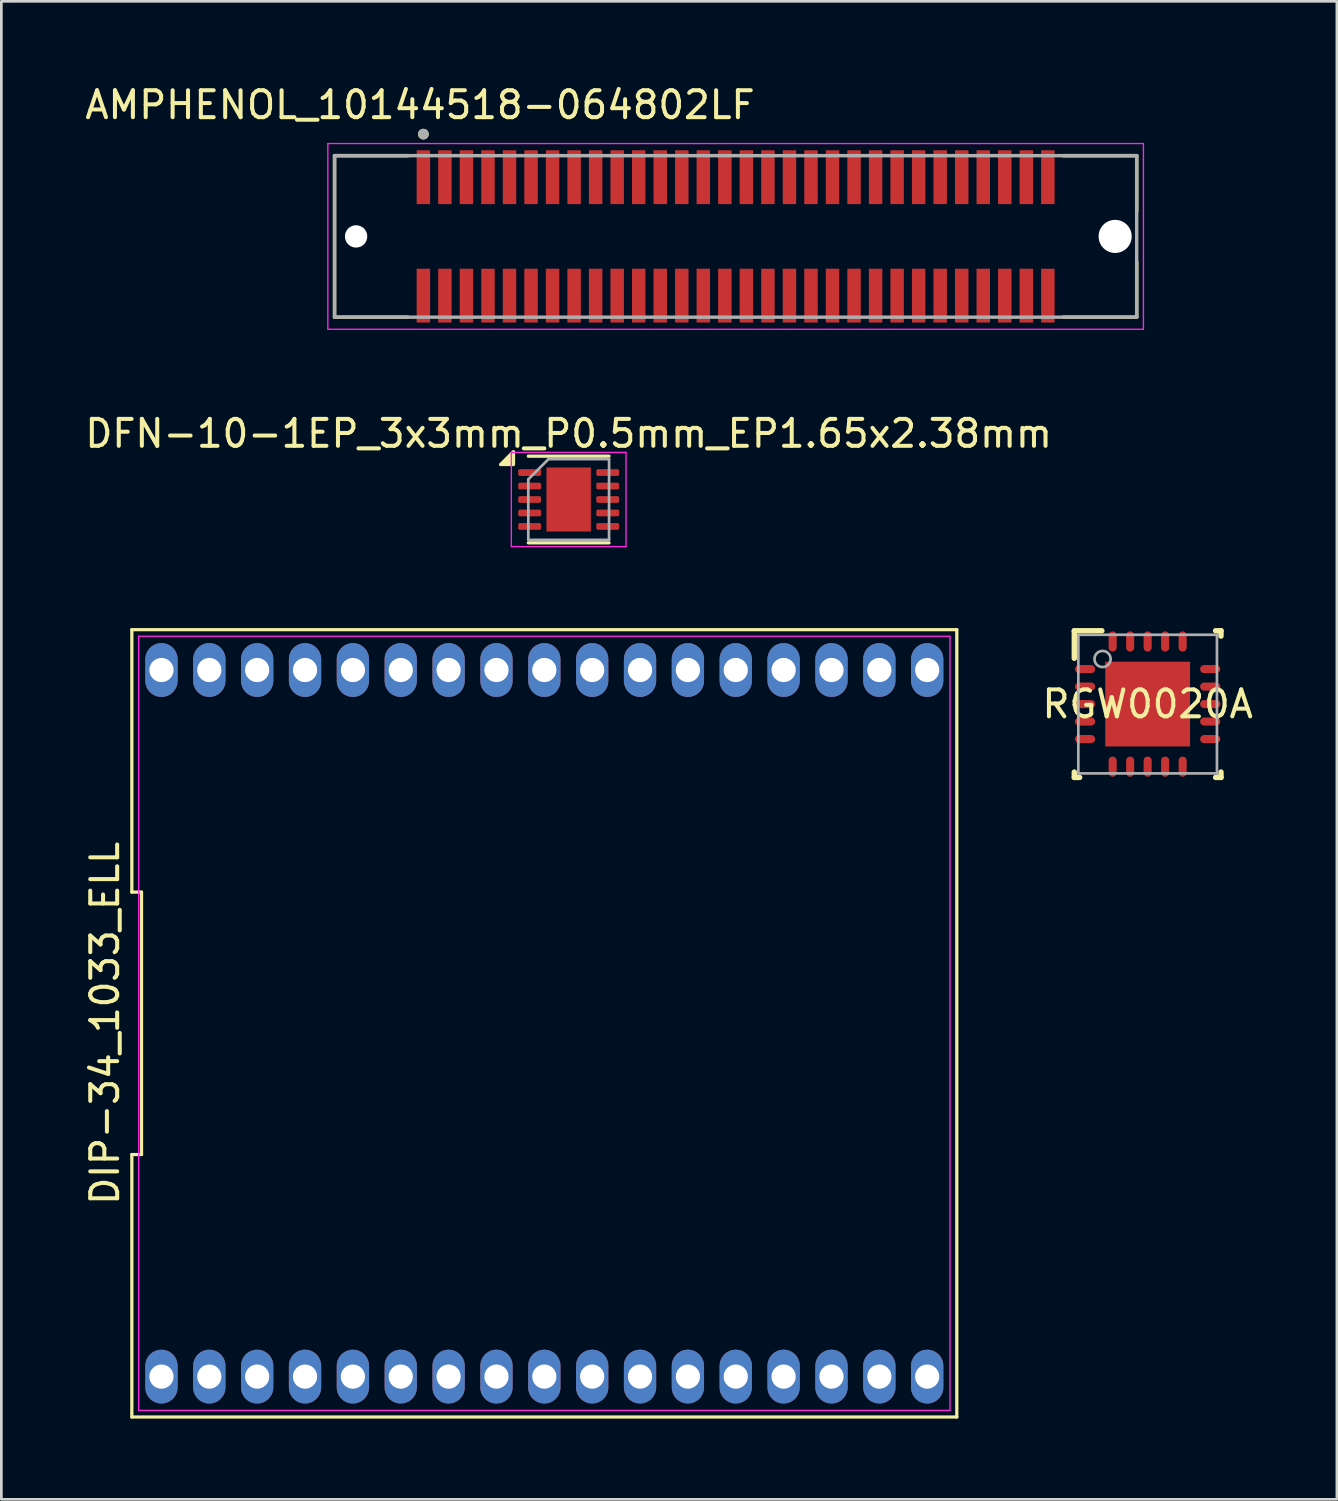
<source format=kicad_pcb>
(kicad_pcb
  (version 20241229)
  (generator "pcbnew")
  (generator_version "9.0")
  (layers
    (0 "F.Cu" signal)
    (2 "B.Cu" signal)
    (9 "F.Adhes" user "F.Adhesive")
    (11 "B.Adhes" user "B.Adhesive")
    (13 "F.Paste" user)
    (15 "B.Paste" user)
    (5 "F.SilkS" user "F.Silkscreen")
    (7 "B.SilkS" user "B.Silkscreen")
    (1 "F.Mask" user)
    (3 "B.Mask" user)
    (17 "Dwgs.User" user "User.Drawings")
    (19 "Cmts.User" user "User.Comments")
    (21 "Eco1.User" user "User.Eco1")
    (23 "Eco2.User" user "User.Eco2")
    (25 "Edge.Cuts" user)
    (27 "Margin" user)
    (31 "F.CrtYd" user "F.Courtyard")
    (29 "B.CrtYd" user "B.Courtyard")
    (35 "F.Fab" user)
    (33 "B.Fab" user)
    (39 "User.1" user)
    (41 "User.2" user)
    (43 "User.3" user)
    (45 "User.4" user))
  (footprint "RGW0020A"
    (layer "F.Cu")
    (at 39.586 23.107)
    (property "Reference" "RGW0020A" (at 0 0 0) (unlocked yes) (layer "F.SilkS") (effects (font (size 1 1) (thickness 0.15))))
    (attr smd)
    (fp_line (start -2.725 -2.725) (end -1.7 -2.725) (stroke (width 0.2) (type solid)) (layer "F.SilkS"))
    (fp_line (start -2.725 -1.7) (end -2.725 -2.725) (stroke (width 0.2) (type solid)) (layer "F.SilkS"))
    (fp_line (start -2.725 2.725) (end -2.725 2.525) (stroke (width 0.2) (type solid)) (layer "F.SilkS"))
    (fp_line (start -2.725 2.725) (end -2.525 2.725) (stroke (width 0.2) (type solid)) (layer "F.SilkS"))
    (fp_line (start 2.525 -2.725) (end 2.725 -2.725) (stroke (width 0.2) (type solid)) (layer "F.SilkS"))
    (fp_line (start 2.525 2.725) (end 2.725 2.725) (stroke (width 0.2) (type solid)) (layer "F.SilkS"))
    (fp_line (start 2.725 -2.525) (end 2.725 -2.725) (stroke (width 0.2) (type solid)) (layer "F.SilkS"))
    (fp_line (start 2.725 2.725) (end 2.725 2.525) (stroke (width 0.2) (type solid)) (layer "F.SilkS"))
    (fp_poly (pts (xy -0.1 -1.468) (xy -1.468 -1.468) (xy -1.468 -0.1) (xy -0.1 -0.1)) (stroke (width 0) (type solid)) (fill yes) (layer "F.Paste"))
    (fp_poly (pts (xy -0.1 0.1) (xy -1.468 0.1) (xy -1.468 1.468) (xy -0.1 1.468)) (stroke (width 0) (type solid)) (fill yes) (layer "F.Paste"))
    (fp_poly (pts (xy 0.1 -0.1) (xy 1.468 -0.1) (xy 1.468 -1.468) (xy 0.1 -1.468)) (stroke (width 0) (type solid)) (fill yes) (layer "F.Paste"))
    (fp_poly (pts (xy 0.1 1.468) (xy 1.468 1.468) (xy 1.468 0.1) (xy 0.1 0.1)) (stroke (width 0) (type solid)) (fill yes) (layer "F.Paste"))
    (fp_line (start -2.575 -2.575) (end 2.575 -2.575) (stroke (width 0.1) (type solid)) (layer "F.Fab"))
    (fp_line (start -2.575 2.575) (end -2.575 -2.575) (stroke (width 0.1) (type solid)) (layer "F.Fab"))
    (fp_line (start -2.575 2.575) (end 2.575 2.575) (stroke (width 0.1) (type solid)) (layer "F.Fab"))
    (fp_line (start 2.575 2.575) (end 2.575 -2.575) (stroke (width 0.1) (type solid)) (layer "F.Fab"))
    (fp_circle (center -1.675 -1.675) (end -1.375 -1.675) (stroke (width 0.1) (type solid)) (fill no) (layer "F.Fab"))
    (pad "1" smd oval (at -2.325 -1.3 90) (size 0.3 0.75) (layers "F.Cu" "F.Mask" "F.Paste"))
    (pad "2" smd oval (at -2.325 -0.65 90) (size 0.3 0.75) (layers "F.Cu" "F.Mask" "F.Paste"))
    (pad "3" smd oval (at -2.325 0 90) (size 0.3 0.75) (layers "F.Cu" "F.Mask" "F.Paste"))
    (pad "4" smd oval (at -2.325 0.65 90) (size 0.3 0.75) (layers "F.Cu" "F.Mask" "F.Paste"))
    (pad "5" smd oval (at -2.325 1.3 90) (size 0.3 0.75) (layers "F.Cu" "F.Mask" "F.Paste"))
    (pad "6" smd oval (at -1.3 2.325) (size 0.3 0.75) (layers "F.Cu" "F.Mask" "F.Paste"))
    (pad "7" smd oval (at -0.65 2.325) (size 0.3 0.75) (layers "F.Cu" "F.Mask" "F.Paste"))
    (pad "8" smd oval (at 0 2.325) (size 0.3 0.75) (layers "F.Cu" "F.Mask" "F.Paste"))
    (pad "9" smd oval (at 0.65 2.325) (size 0.3 0.75) (layers "F.Cu" "F.Mask" "F.Paste"))
    (pad "10" smd oval (at 1.3 2.325) (size 0.3 0.75) (layers "F.Cu" "F.Mask" "F.Paste"))
    (pad "11" smd oval (at 2.325 1.3 90) (size 0.3 0.75) (layers "F.Cu" "F.Mask" "F.Paste"))
    (pad "12" smd oval (at 2.325 0.65 90) (size 0.3 0.75) (layers "F.Cu" "F.Mask" "F.Paste"))
    (pad "13" smd oval (at 2.325 0 90) (size 0.3 0.75) (layers "F.Cu" "F.Mask" "F.Paste"))
    (pad "14" smd oval (at 2.325 -0.65 90) (size 0.3 0.75) (layers "F.Cu" "F.Mask" "F.Paste"))
    (pad "15" smd oval (at 2.325 -1.3 90) (size 0.3 0.75) (layers "F.Cu" "F.Mask" "F.Paste"))
    (pad "16" smd oval (at 1.3 -2.325) (size 0.3 0.75) (layers "F.Cu" "F.Mask" "F.Paste"))
    (pad "17" smd oval (at 0.65 -2.325) (size 0.3 0.75) (layers "F.Cu" "F.Mask" "F.Paste"))
    (pad "18" smd oval (at 0 -2.325) (size 0.3 0.75) (layers "F.Cu" "F.Mask" "F.Paste"))
    (pad "19" smd oval (at -0.65 -2.325) (size 0.3 0.75) (layers "F.Cu" "F.Mask" "F.Paste"))
    (pad "20" smd oval (at -1.3 -2.325) (size 0.3 0.75) (layers "F.Cu" "F.Mask" "F.Paste"))
    (pad "21" smd rect (at 0 0) (size 3.15 3.15) (layers "F.Cu" "F.Mask")))
  (footprint "DFN-10-1EP_3x3mm_P0.5mm_EP1.65x2.38mm"
    (layer "F.Cu")
    (at 18.077 15.507)
    (property "Reference" "DFN-10-1EP_3x3mm_P0.5mm_EP1.65x2.38mm" (at 0 -2.45 180) (layer "F.SilkS") (effects (font (size 1 1) (thickness 0.15))))
    (attr smd)
    (fp_line (start -1.5 -1.61) (end 1.5 -1.61) (stroke (width 0.12) (type solid)) (layer "F.SilkS"))
    (fp_line (start -1.5 1.61) (end 1.5 1.61) (stroke (width 0.12) (type solid)) (layer "F.SilkS"))
    (fp_poly (pts (xy -2.05 -1.3) (xy -2.53 -1.3) (xy -2.05 -1.78) (xy -2.05 -1.3)) (stroke (width 0.12) (type solid)) (fill yes) (layer "F.SilkS"))
    (fp_line (start -2.13 -1.75) (end -2.13 1.75) (stroke (width 0.05) (type solid)) (layer "F.CrtYd"))
    (fp_line (start -2.13 1.75) (end 2.13 1.75) (stroke (width 0.05) (type solid)) (layer "F.CrtYd"))
    (fp_line (start 2.13 -1.75) (end -2.13 -1.75) (stroke (width 0.05) (type solid)) (layer "F.CrtYd"))
    (fp_line (start 2.13 1.75) (end 2.13 -1.75) (stroke (width 0.05) (type solid)) (layer "F.CrtYd"))
    (fp_line (start -1.5 -0.75) (end -0.75 -1.5) (stroke (width 0.1) (type solid)) (layer "F.Fab"))
    (fp_line (start -1.5 1.5) (end -1.5 -0.75) (stroke (width 0.1) (type solid)) (layer "F.Fab"))
    (fp_line (start -0.75 -1.5) (end 1.5 -1.5) (stroke (width 0.1) (type solid)) (layer "F.Fab"))
    (fp_line (start 1.5 -1.5) (end 1.5 1.5) (stroke (width 0.1) (type solid)) (layer "F.Fab"))
    (fp_line (start 1.5 1.5) (end -1.5 1.5) (stroke (width 0.1) (type solid)) (layer "F.Fab"))
    (pad "" smd roundrect (at -0.41 -0.595) (size 0.67 0.96) (layers "F.Paste") (roundrect_rratio 0.25))
    (pad "" smd roundrect (at -0.41 0.595) (size 0.67 0.96) (layers "F.Paste") (roundrect_rratio 0.25))
    (pad "" smd roundrect (at 0.41 -0.595) (size 0.67 0.96) (layers "F.Paste") (roundrect_rratio 0.25))
    (pad "" smd roundrect (at 0.41 0.595) (size 0.67 0.96) (layers "F.Paste") (roundrect_rratio 0.25))
    (pad "1" smd roundrect (at -1.45 -1) (size 0.85 0.25) (layers "F.Cu" "F.Mask" "F.Paste") (roundrect_rratio 0.25))
    (pad "2" smd roundrect (at -1.45 -0.5) (size 0.85 0.25) (layers "F.Cu" "F.Mask" "F.Paste") (roundrect_rratio 0.25))
    (pad "3" smd roundrect (at -1.45 0) (size 0.85 0.25) (layers "F.Cu" "F.Mask" "F.Paste") (roundrect_rratio 0.25))
    (pad "4" smd roundrect (at -1.45 0.5) (size 0.85 0.25) (layers "F.Cu" "F.Mask" "F.Paste") (roundrect_rratio 0.25))
    (pad "5" smd roundrect (at -1.45 1) (size 0.85 0.25) (layers "F.Cu" "F.Mask" "F.Paste") (roundrect_rratio 0.25))
    (pad "6" smd roundrect (at 1.45 1) (size 0.85 0.25) (layers "F.Cu" "F.Mask" "F.Paste") (roundrect_rratio 0.25))
    (pad "7" smd roundrect (at 1.45 0.5) (size 0.85 0.25) (layers "F.Cu" "F.Mask" "F.Paste") (roundrect_rratio 0.25))
    (pad "8" smd roundrect (at 1.45 0) (size 0.85 0.25) (layers "F.Cu" "F.Mask" "F.Paste") (roundrect_rratio 0.25))
    (pad "9" smd roundrect (at 1.45 -0.5) (size 0.85 0.25) (layers "F.Cu" "F.Mask" "F.Paste") (roundrect_rratio 0.25))
    (pad "10" smd roundrect (at 1.45 -1) (size 0.85 0.25) (layers "F.Cu" "F.Mask" "F.Paste") (roundrect_rratio 0.25))
    (pad "11" smd rect (at 0 0) (size 1.65 2.38) (property pad_prop_heatsink) (layers "F.Cu" "F.Mask")))
  (footprint "DIP-34_1033_ELL"
    (layer "F.Cu")
    (at 17.172 34.967)
    (property "Reference" "DIP-34_1033_ELL" (at -16.324 0 90) (layer "F.SilkS") (effects (font (size 1 1) (thickness 0.15))))
    (attr through_hole)
    (fp_line (start -15.324 -14.625) (end -15.324 -4.875) (stroke (width 0.12) (type default)) (layer "F.SilkS"))
    (fp_line (start -15.324 -4.875) (end -14.964 -4.875) (stroke (width 0.12) (type default)) (layer "F.SilkS"))
    (fp_line (start -15.324 4.875) (end -15.324 14.625) (stroke (width 0.12) (type default)) (layer "F.SilkS"))
    (fp_line (start -15.324 14.625) (end 15.324 14.625) (stroke (width 0.12) (type default)) (layer "F.SilkS"))
    (fp_line (start -14.964 -4.875) (end -14.964 4.875) (stroke (width 0.12) (type default)) (layer "F.SilkS"))
    (fp_line (start -14.964 4.875) (end -15.324 4.875) (stroke (width 0.12) (type default)) (layer "F.SilkS"))
    (fp_line (start 15.324 -14.625) (end -15.324 -14.625) (stroke (width 0.12) (type default)) (layer "F.SilkS"))
    (fp_line (start 15.324 14.625) (end 15.324 -14.625) (stroke (width 0.12) (type default)) (layer "F.SilkS"))
    (fp_line (start -15.07 -14.38) (end 15.07 -14.38) (stroke (width 0.05) (type default)) (layer "F.CrtYd"))
    (fp_line (start -15.07 14.38) (end -15.07 -14.38) (stroke (width 0.05) (type default)) (layer "F.CrtYd"))
    (fp_line (start 15.07 -14.38) (end 15.07 14.38) (stroke (width 0.05) (type default)) (layer "F.CrtYd"))
    (fp_line (start 15.07 14.38) (end -15.07 14.38) (stroke (width 0.05) (type default)) (layer "F.CrtYd"))
    (pad "1" thru_hole oval (at -14.224 13.125 180) (size 1.2 2) (drill 0.9) (layers "*.Cu" "*.Mask"))
    (pad "2" thru_hole oval (at -12.446 13.125 180) (size 1.2 2) (drill 0.9) (layers "*.Cu" "*.Mask"))
    (pad "3" thru_hole oval (at -10.668 13.125 180) (size 1.2 2) (drill 0.9) (layers "*.Cu" "*.Mask"))
    (pad "4" thru_hole oval (at -8.89 13.125 180) (size 1.2 2) (drill 0.9) (layers "*.Cu" "*.Mask"))
    (pad "5" thru_hole oval (at -7.112 13.125 180) (size 1.2 2) (drill 0.9) (layers "*.Cu" "*.Mask"))
    (pad "6" thru_hole oval (at -5.334 13.125 180) (size 1.2 2) (drill 0.9) (layers "*.Cu" "*.Mask"))
    (pad "7" thru_hole oval (at -3.556 13.125 180) (size 1.2 2) (drill 0.9) (layers "*.Cu" "*.Mask"))
    (pad "8" thru_hole oval (at -1.778 13.125 180) (size 1.2 2) (drill 0.9) (layers "*.Cu" "*.Mask"))
    (pad "9" thru_hole oval (at 0 13.125 180) (size 1.2 2) (drill 0.9) (layers "*.Cu" "*.Mask"))
    (pad "10" thru_hole oval (at 1.778 13.125 180) (size 1.2 2) (drill 0.9) (layers "*.Cu" "*.Mask"))
    (pad "11" thru_hole oval (at 3.556 13.125 180) (size 1.2 2) (drill 0.9) (layers "*.Cu" "*.Mask"))
    (pad "12" thru_hole oval (at 5.334 13.125 180) (size 1.2 2) (drill 0.9) (layers "*.Cu" "*.Mask"))
    (pad "13" thru_hole oval (at 7.112 13.125 180) (size 1.2 2) (drill 0.9) (layers "*.Cu" "*.Mask"))
    (pad "14" thru_hole oval (at 8.89 13.125 180) (size 1.2 2) (drill 0.9) (layers "*.Cu" "*.Mask"))
    (pad "15" thru_hole oval (at 10.668 13.125 180) (size 1.2 2) (drill 0.9) (layers "*.Cu" "*.Mask"))
    (pad "16" thru_hole oval (at 12.446 13.125 180) (size 1.2 2) (drill 0.9) (layers "*.Cu" "*.Mask"))
    (pad "17" thru_hole oval (at 14.224 13.125 180) (size 1.2 2) (drill 0.9) (layers "*.Cu" "*.Mask"))
    (pad "18" thru_hole oval (at 14.224 -13.125 180) (size 1.2 2) (drill 0.9) (layers "*.Cu" "*.Mask"))
    (pad "19" thru_hole oval (at 12.446 -13.125 180) (size 1.2 2) (drill 0.9) (layers "*.Cu" "*.Mask"))
    (pad "20" thru_hole oval (at 10.668 -13.125 180) (size 1.2 2) (drill 0.9) (layers "*.Cu" "*.Mask"))
    (pad "21" thru_hole oval (at 8.89 -13.125 180) (size 1.2 2) (drill 0.9) (layers "*.Cu" "*.Mask"))
    (pad "22" thru_hole oval (at 7.112 -13.125 180) (size 1.2 2) (drill 0.9) (layers "*.Cu" "*.Mask"))
    (pad "23" thru_hole oval (at 5.334 -13.125 180) (size 1.2 2) (drill 0.9) (layers "*.Cu" "*.Mask"))
    (pad "24" thru_hole oval (at 3.556 -13.125 180) (size 1.2 2) (drill 0.9) (layers "*.Cu" "*.Mask"))
    (pad "25" thru_hole oval (at 1.778 -13.125 180) (size 1.2 2) (drill 0.9) (layers "*.Cu" "*.Mask"))
    (pad "26" thru_hole oval (at 0 -13.125 180) (size 1.2 2) (drill 0.9) (layers "*.Cu" "*.Mask"))
    (pad "27" thru_hole oval (at -1.778 -13.125 180) (size 1.2 2) (drill 0.9) (layers "*.Cu" "*.Mask"))
    (pad "28" thru_hole oval (at -3.556 -13.125 180) (size 1.2 2) (drill 0.9) (layers "*.Cu" "*.Mask"))
    (pad "29" thru_hole oval (at -5.334 -13.125 180) (size 1.2 2) (drill 0.9) (layers "*.Cu" "*.Mask"))
    (pad "30" thru_hole oval (at -7.112 -13.125 180) (size 1.2 2) (drill 0.9) (layers "*.Cu" "*.Mask"))
    (pad "31" thru_hole oval (at -8.89 -13.125 180) (size 1.2 2) (drill 0.9) (layers "*.Cu" "*.Mask"))
    (pad "32" thru_hole oval (at -10.668 -13.125 180) (size 1.2 2) (drill 0.9) (layers "*.Cu" "*.Mask"))
    (pad "33" thru_hole oval (at -12.446 -13.125 180) (size 1.2 2) (drill 0.9) (layers "*.Cu" "*.Mask"))
    (pad "34" thru_hole oval (at -14.224 -13.125 180) (size 1.2 2) (drill 0.9) (layers "*.Cu" "*.Mask")))
  (footprint "AMPHENOL_10144518-064802LF"
    (layer "F.Cu")
    (at 24.279 5.733)
    (property "Reference" "AMPHENOL_10144518-064802LF" (at -11.725 -4.885 180) (layer "F.SilkS") (effects (font (size 1 1) (thickness 0.15))))
    (attr smd)
    (fp_line (start -14.9 -3) (end -12.17 -3) (stroke (width 0.127) (type solid)) (layer "F.SilkS"))
    (fp_line (start -14.9 3) (end -14.9 -3) (stroke (width 0.127) (type solid)) (layer "F.SilkS"))
    (fp_line (start -14.9 3) (end -12.17 3) (stroke (width 0.127) (type solid)) (layer "F.SilkS"))
    (fp_line (start 12.17 -3) (end 14.9 -3) (stroke (width 0.127) (type solid)) (layer "F.SilkS"))
    (fp_line (start 12.17 3) (end 14.9 3) (stroke (width 0.127) (type solid)) (layer "F.SilkS"))
    (fp_line (start 14.9 -3) (end 14.9 -0.935) (stroke (width 0.127) (type solid)) (layer "F.SilkS"))
    (fp_line (start 14.9 0.935) (end 14.9 3) (stroke (width 0.127) (type solid)) (layer "F.SilkS"))
    (fp_circle (center -11.6 -3.8) (end -11.5 -3.8) (stroke (width 0.2) (type solid)) (fill no) (layer "F.SilkS"))
    (fp_line (start -15.15 -3.45) (end -15.15 3.45) (stroke (width 0.05) (type solid)) (layer "F.CrtYd"))
    (fp_line (start -15.15 3.45) (end 15.15 3.45) (stroke (width 0.05) (type solid)) (layer "F.CrtYd"))
    (fp_line (start 15.15 -3.45) (end -15.15 -3.45) (stroke (width 0.05) (type solid)) (layer "F.CrtYd"))
    (fp_line (start 15.15 3.45) (end 15.15 -3.45) (stroke (width 0.05) (type solid)) (layer "F.CrtYd"))
    (fp_line (start -14.9 -3) (end 14.9 -3) (stroke (width 0.127) (type solid)) (layer "F.Fab"))
    (fp_line (start -14.9 3) (end -14.9 -3) (stroke (width 0.127) (type solid)) (layer "F.Fab"))
    (fp_line (start 14.9 -3) (end 14.9 3) (stroke (width 0.127) (type solid)) (layer "F.Fab"))
    (fp_line (start 14.9 3) (end -14.9 3) (stroke (width 0.127) (type solid)) (layer "F.Fab"))
    (fp_circle (center -11.6 -3.8) (end -11.5 -3.8) (stroke (width 0.2) (type solid)) (fill no) (layer "F.Fab"))
    (pad "" np_thru_hole circle (at -14.1 0) (size 0.83 0.83) (drill 0.83) (layers "*.Cu" "*.Mask"))
    (pad "" np_thru_hole circle (at 14.1 0) (size 1.23 1.23) (drill 1.23) (layers "*.Cu" "*.Mask"))
    (pad "1" smd rect (at -11.6 -2.2) (size 0.5 2) (layers "F.Cu" "F.Mask" "F.Paste"))
    (pad "2" smd rect (at -11.6 2.2) (size 0.5 2) (layers "F.Cu" "F.Mask" "F.Paste"))
    (pad "3" smd rect (at -10.8 -2.2) (size 0.5 2) (layers "F.Cu" "F.Mask" "F.Paste"))
    (pad "4" smd rect (at -10.8 2.2) (size 0.5 2) (layers "F.Cu" "F.Mask" "F.Paste"))
    (pad "5" smd rect (at -10 -2.2) (size 0.5 2) (layers "F.Cu" "F.Mask" "F.Paste"))
    (pad "6" smd rect (at -10 2.2) (size 0.5 2) (layers "F.Cu" "F.Mask" "F.Paste"))
    (pad "7" smd rect (at -9.2 -2.2) (size 0.5 2) (layers "F.Cu" "F.Mask" "F.Paste"))
    (pad "8" smd rect (at -9.2 2.2) (size 0.5 2) (layers "F.Cu" "F.Mask" "F.Paste"))
    (pad "9" smd rect (at -8.4 -2.2) (size 0.5 2) (layers "F.Cu" "F.Mask" "F.Paste"))
    (pad "10" smd rect (at -8.4 2.2) (size 0.5 2) (layers "F.Cu" "F.Mask" "F.Paste"))
    (pad "11" smd rect (at -7.6 -2.2) (size 0.5 2) (layers "F.Cu" "F.Mask" "F.Paste"))
    (pad "12" smd rect (at -7.6 2.2) (size 0.5 2) (layers "F.Cu" "F.Mask" "F.Paste"))
    (pad "13" smd rect (at -6.8 -2.2) (size 0.5 2) (layers "F.Cu" "F.Mask" "F.Paste"))
    (pad "14" smd rect (at -6.8 2.2) (size 0.5 2) (layers "F.Cu" "F.Mask" "F.Paste"))
    (pad "15" smd rect (at -6 -2.2) (size 0.5 2) (layers "F.Cu" "F.Mask" "F.Paste"))
    (pad "16" smd rect (at -6 2.2) (size 0.5 2) (layers "F.Cu" "F.Mask" "F.Paste"))
    (pad "17" smd rect (at -5.2 -2.2) (size 0.5 2) (layers "F.Cu" "F.Mask" "F.Paste"))
    (pad "18" smd rect (at -5.2 2.2) (size 0.5 2) (layers "F.Cu" "F.Mask" "F.Paste"))
    (pad "19" smd rect (at -4.4 -2.2) (size 0.5 2) (layers "F.Cu" "F.Mask" "F.Paste"))
    (pad "20" smd rect (at -4.4 2.2) (size 0.5 2) (layers "F.Cu" "F.Mask" "F.Paste"))
    (pad "21" smd rect (at -3.6 -2.2) (size 0.5 2) (layers "F.Cu" "F.Mask" "F.Paste"))
    (pad "22" smd rect (at -3.6 2.2) (size 0.5 2) (layers "F.Cu" "F.Mask" "F.Paste"))
    (pad "23" smd rect (at -2.8 -2.2) (size 0.5 2) (layers "F.Cu" "F.Mask" "F.Paste"))
    (pad "24" smd rect (at -2.8 2.2) (size 0.5 2) (layers "F.Cu" "F.Mask" "F.Paste"))
    (pad "25" smd rect (at -2 -2.2) (size 0.5 2) (layers "F.Cu" "F.Mask" "F.Paste"))
    (pad "26" smd rect (at -2 2.2) (size 0.5 2) (layers "F.Cu" "F.Mask" "F.Paste"))
    (pad "27" smd rect (at -1.2 -2.2) (size 0.5 2) (layers "F.Cu" "F.Mask" "F.Paste"))
    (pad "28" smd rect (at -1.2 2.2) (size 0.5 2) (layers "F.Cu" "F.Mask" "F.Paste"))
    (pad "29" smd rect (at -0.4 -2.2) (size 0.5 2) (layers "F.Cu" "F.Mask" "F.Paste"))
    (pad "30" smd rect (at -0.4 2.2) (size 0.5 2) (layers "F.Cu" "F.Mask" "F.Paste"))
    (pad "31" smd rect (at 0.4 -2.2) (size 0.5 2) (layers "F.Cu" "F.Mask" "F.Paste"))
    (pad "32" smd rect (at 0.4 2.2) (size 0.5 2) (layers "F.Cu" "F.Mask" "F.Paste"))
    (pad "33" smd rect (at 1.2 -2.2) (size 0.5 2) (layers "F.Cu" "F.Mask" "F.Paste"))
    (pad "34" smd rect (at 1.2 2.2) (size 0.5 2) (layers "F.Cu" "F.Mask" "F.Paste"))
    (pad "35" smd rect (at 2 -2.2) (size 0.5 2) (layers "F.Cu" "F.Mask" "F.Paste"))
    (pad "36" smd rect (at 2 2.2) (size 0.5 2) (layers "F.Cu" "F.Mask" "F.Paste"))
    (pad "37" smd rect (at 2.8 -2.2) (size 0.5 2) (layers "F.Cu" "F.Mask" "F.Paste"))
    (pad "38" smd rect (at 2.8 2.2) (size 0.5 2) (layers "F.Cu" "F.Mask" "F.Paste"))
    (pad "39" smd rect (at 3.6 -2.2) (size 0.5 2) (layers "F.Cu" "F.Mask" "F.Paste"))
    (pad "40" smd rect (at 3.6 2.2) (size 0.5 2) (layers "F.Cu" "F.Mask" "F.Paste"))
    (pad "41" smd rect (at 4.4 -2.2) (size 0.5 2) (layers "F.Cu" "F.Mask" "F.Paste"))
    (pad "42" smd rect (at 4.4 2.2) (size 0.5 2) (layers "F.Cu" "F.Mask" "F.Paste"))
    (pad "43" smd rect (at 5.2 -2.2) (size 0.5 2) (layers "F.Cu" "F.Mask" "F.Paste"))
    (pad "44" smd rect (at 5.2 2.2) (size 0.5 2) (layers "F.Cu" "F.Mask" "F.Paste"))
    (pad "45" smd rect (at 6 -2.2) (size 0.5 2) (layers "F.Cu" "F.Mask" "F.Paste"))
    (pad "46" smd rect (at 6 2.2) (size 0.5 2) (layers "F.Cu" "F.Mask" "F.Paste"))
    (pad "47" smd rect (at 6.8 -2.2) (size 0.5 2) (layers "F.Cu" "F.Mask" "F.Paste"))
    (pad "48" smd rect (at 6.8 2.2) (size 0.5 2) (layers "F.Cu" "F.Mask" "F.Paste"))
    (pad "49" smd rect (at 7.6 -2.2) (size 0.5 2) (layers "F.Cu" "F.Mask" "F.Paste"))
    (pad "50" smd rect (at 7.6 2.2) (size 0.5 2) (layers "F.Cu" "F.Mask" "F.Paste"))
    (pad "51" smd rect (at 8.4 -2.2) (size 0.5 2) (layers "F.Cu" "F.Mask" "F.Paste"))
    (pad "52" smd rect (at 8.4 2.2) (size 0.5 2) (layers "F.Cu" "F.Mask" "F.Paste"))
    (pad "53" smd rect (at 9.2 -2.2) (size 0.5 2) (layers "F.Cu" "F.Mask" "F.Paste"))
    (pad "54" smd rect (at 9.2 2.2) (size 0.5 2) (layers "F.Cu" "F.Mask" "F.Paste"))
    (pad "55" smd rect (at 10 -2.2) (size 0.5 2) (layers "F.Cu" "F.Mask" "F.Paste"))
    (pad "56" smd rect (at 10 2.2) (size 0.5 2) (layers "F.Cu" "F.Mask" "F.Paste"))
    (pad "57" smd rect (at 10.8 -2.2) (size 0.5 2) (layers "F.Cu" "F.Mask" "F.Paste"))
    (pad "58" smd rect (at 10.8 2.2) (size 0.5 2) (layers "F.Cu" "F.Mask" "F.Paste"))
    (pad "59" smd rect (at 11.6 -2.2) (size 0.5 2) (layers "F.Cu" "F.Mask" "F.Paste"))
    (pad "60" smd rect (at 11.6 2.2) (size 0.5 2) (layers "F.Cu" "F.Mask" "F.Paste")))
  (gr_rect
    (start -3 -3)
    (end 46.616 52.651)
    (stroke (width 0.1) (type default))
    (fill no)
    (layer "Edge.Cuts")))
</source>
